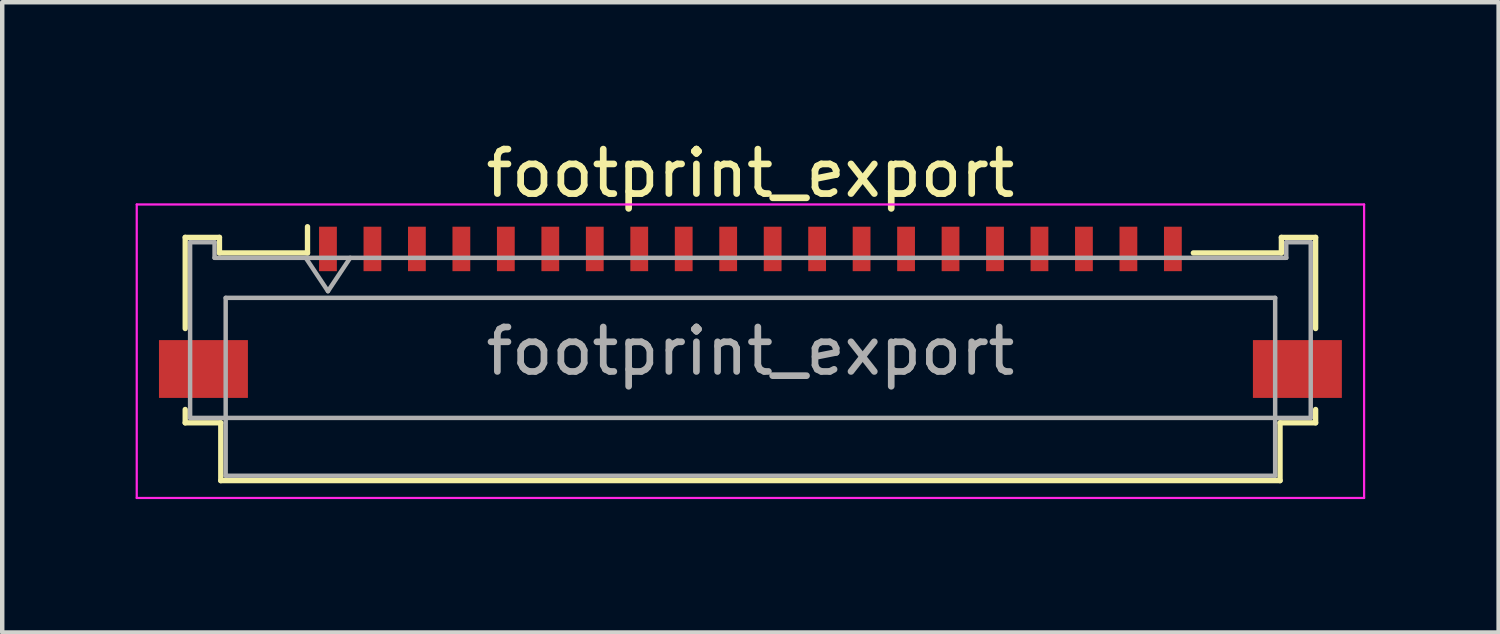
<source format=kicad_pcb>
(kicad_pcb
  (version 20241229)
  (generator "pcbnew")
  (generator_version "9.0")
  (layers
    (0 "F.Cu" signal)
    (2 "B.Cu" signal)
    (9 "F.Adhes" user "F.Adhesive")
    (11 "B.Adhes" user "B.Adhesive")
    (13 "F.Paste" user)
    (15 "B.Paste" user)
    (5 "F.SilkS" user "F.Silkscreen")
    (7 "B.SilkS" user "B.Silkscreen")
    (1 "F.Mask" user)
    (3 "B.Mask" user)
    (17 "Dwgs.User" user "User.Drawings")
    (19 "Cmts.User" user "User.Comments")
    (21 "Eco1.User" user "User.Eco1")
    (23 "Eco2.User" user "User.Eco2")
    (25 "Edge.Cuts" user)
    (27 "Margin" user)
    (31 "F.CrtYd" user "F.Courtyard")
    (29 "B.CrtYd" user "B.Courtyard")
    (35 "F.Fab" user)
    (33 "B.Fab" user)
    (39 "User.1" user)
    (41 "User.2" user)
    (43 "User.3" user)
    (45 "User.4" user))
  (footprint "footprint_export"
    (layer "F.Cu")
    (at 13.825 3.458)
    (property "Reference" "footprint_export" (at 0 -2.61 0) (layer "F.SilkS") (effects (font (size 1 1) (thickness 0.15))))
    (attr smd)
    (fp_line (start -12.71 -1.17) (end -12.71 0.88) (stroke (width 0.12) (type solid)) (layer "F.SilkS"))
    (fp_line (start -12.71 2.7) (end -12.71 3) (stroke (width 0.12) (type solid)) (layer "F.SilkS"))
    (fp_line (start -12.71 3) (end -11.91 3) (stroke (width 0.12) (type solid)) (layer "F.SilkS"))
    (fp_line (start -11.94 -1.17) (end -12.71 -1.17) (stroke (width 0.12) (type solid)) (layer "F.SilkS"))
    (fp_line (start -11.94 -0.82) (end -11.94 -1.17) (stroke (width 0.12) (type solid)) (layer "F.SilkS"))
    (fp_line (start -11.91 3) (end -11.91 4.3) (stroke (width 0.12) (type solid)) (layer "F.SilkS"))
    (fp_line (start -11.91 4.3) (end 11.91 4.3) (stroke (width 0.12) (type solid)) (layer "F.SilkS"))
    (fp_line (start -9.96 -1.41) (end -9.96 -0.82) (stroke (width 0.12) (type solid)) (layer "F.SilkS"))
    (fp_line (start -9.96 -0.82) (end -11.94 -0.82) (stroke (width 0.12) (type solid)) (layer "F.SilkS"))
    (fp_line (start 11.91 3) (end 12.71 3) (stroke (width 0.12) (type solid)) (layer "F.SilkS"))
    (fp_line (start 11.91 4.3) (end 11.91 3) (stroke (width 0.12) (type solid)) (layer "F.SilkS"))
    (fp_line (start 11.94 -1.17) (end 11.94 -0.82) (stroke (width 0.12) (type solid)) (layer "F.SilkS"))
    (fp_line (start 11.94 -0.82) (end 9.96 -0.82) (stroke (width 0.12) (type solid)) (layer "F.SilkS"))
    (fp_line (start 12.71 -1.17) (end 11.94 -1.17) (stroke (width 0.12) (type solid)) (layer "F.SilkS"))
    (fp_line (start 12.71 0.88) (end 12.71 -1.17) (stroke (width 0.12) (type solid)) (layer "F.SilkS"))
    (fp_line (start 12.71 3) (end 12.71 2.7) (stroke (width 0.12) (type solid)) (layer "F.SilkS"))
    (fp_line (start -13.8 -1.91) (end -13.8 4.69) (stroke (width 0.05) (type solid)) (layer "F.CrtYd"))
    (fp_line (start -13.8 4.69) (end 13.8 4.69) (stroke (width 0.05) (type solid)) (layer "F.CrtYd"))
    (fp_line (start 13.8 -1.91) (end -13.8 -1.91) (stroke (width 0.05) (type solid)) (layer "F.CrtYd"))
    (fp_line (start 13.8 4.69) (end 13.8 -1.91) (stroke (width 0.05) (type solid)) (layer "F.CrtYd"))
    (fp_line (start -12.6 -1.06) (end -12.6 2.89) (stroke (width 0.1) (type solid)) (layer "F.Fab"))
    (fp_line (start -12.6 2.89) (end 12.6 2.89) (stroke (width 0.1) (type solid)) (layer "F.Fab"))
    (fp_line (start -12.05 -1.06) (end -12.6 -1.06) (stroke (width 0.1) (type solid)) (layer "F.Fab"))
    (fp_line (start -12.05 -0.71) (end -12.05 -1.06) (stroke (width 0.1) (type solid)) (layer "F.Fab"))
    (fp_line (start -11.8 0.19) (end -11.8 4.19) (stroke (width 0.1) (type solid)) (layer "F.Fab"))
    (fp_line (start -11.8 4.19) (end 11.8 4.19) (stroke (width 0.1) (type solid)) (layer "F.Fab"))
    (fp_line (start -10 -0.71) (end -9.5 0.04) (stroke (width 0.1) (type solid)) (layer "F.Fab"))
    (fp_line (start -9.5 0.04) (end -9 -0.71) (stroke (width 0.1) (type solid)) (layer "F.Fab"))
    (fp_line (start 11.8 0.19) (end -11.8 0.19) (stroke (width 0.1) (type solid)) (layer "F.Fab"))
    (fp_line (start 11.8 4.19) (end 11.8 0.19) (stroke (width 0.1) (type solid)) (layer "F.Fab"))
    (fp_line (start 12.05 -1.06) (end 12.05 -0.71) (stroke (width 0.1) (type solid)) (layer "F.Fab"))
    (fp_line (start 12.05 -0.71) (end -12.05 -0.71) (stroke (width 0.1) (type solid)) (layer "F.Fab"))
    (fp_line (start 12.6 -1.06) (end 12.05 -1.06) (stroke (width 0.1) (type solid)) (layer "F.Fab"))
    (fp_line (start 12.6 2.89) (end 12.6 -1.06) (stroke (width 0.1) (type solid)) (layer "F.Fab"))
    (fp_text user "${REFERENCE}" (at 0 1.39 0) (layer "F.Fab") (effects (font (size 1 1) (thickness 0.15))))
    (pad "1" smd rect (at -9.5 -0.91) (size 0.4 1) (layers "F.Cu" "F.Mask" "F.Paste"))
    (pad "2" smd rect (at -8.5 -0.91) (size 0.4 1) (layers "F.Cu" "F.Mask" "F.Paste"))
    (pad "3" smd rect (at -7.5 -0.91) (size 0.4 1) (layers "F.Cu" "F.Mask" "F.Paste"))
    (pad "4" smd rect (at -6.5 -0.91) (size 0.4 1) (layers "F.Cu" "F.Mask" "F.Paste"))
    (pad "5" smd rect (at -5.5 -0.91) (size 0.4 1) (layers "F.Cu" "F.Mask" "F.Paste"))
    (pad "6" smd rect (at -4.5 -0.91) (size 0.4 1) (layers "F.Cu" "F.Mask" "F.Paste"))
    (pad "7" smd rect (at -3.5 -0.91) (size 0.4 1) (layers "F.Cu" "F.Mask" "F.Paste"))
    (pad "8" smd rect (at -2.5 -0.91) (size 0.4 1) (layers "F.Cu" "F.Mask" "F.Paste"))
    (pad "9" smd rect (at -1.5 -0.91) (size 0.4 1) (layers "F.Cu" "F.Mask" "F.Paste"))
    (pad "10" smd rect (at -0.5 -0.91) (size 0.4 1) (layers "F.Cu" "F.Mask" "F.Paste"))
    (pad "11" smd rect (at 0.5 -0.91) (size 0.4 1) (layers "F.Cu" "F.Mask" "F.Paste"))
    (pad "12" smd rect (at 1.5 -0.91) (size 0.4 1) (layers "F.Cu" "F.Mask" "F.Paste"))
    (pad "13" smd rect (at 2.5 -0.91) (size 0.4 1) (layers "F.Cu" "F.Mask" "F.Paste"))
    (pad "14" smd rect (at 3.5 -0.91) (size 0.4 1) (layers "F.Cu" "F.Mask" "F.Paste"))
    (pad "15" smd rect (at 4.5 -0.91) (size 0.4 1) (layers "F.Cu" "F.Mask" "F.Paste"))
    (pad "16" smd rect (at 5.5 -0.91) (size 0.4 1) (layers "F.Cu" "F.Mask" "F.Paste"))
    (pad "17" smd rect (at 6.5 -0.91) (size 0.4 1) (layers "F.Cu" "F.Mask" "F.Paste"))
    (pad "18" smd rect (at 7.5 -0.91) (size 0.4 1) (layers "F.Cu" "F.Mask" "F.Paste"))
    (pad "19" smd rect (at 8.5 -0.91) (size 0.4 1) (layers "F.Cu" "F.Mask" "F.Paste"))
    (pad "20" smd rect (at 9.5 -0.91) (size 0.4 1) (layers "F.Cu" "F.Mask" "F.Paste"))
    (pad "MP" smd rect (at -12.3 1.79) (size 2 1.3) (layers "F.Cu" "F.Mask" "F.Paste"))
    (pad "MP" smd rect (at 12.3 1.79) (size 2 1.3) (layers "F.Cu" "F.Mask" "F.Paste")))
  (gr_rect
    (start -3 -3)
    (end 30.65 11.173)
    (stroke (width 0.1) (type default))
    (fill no)
    (layer "Edge.Cuts")))
</source>
